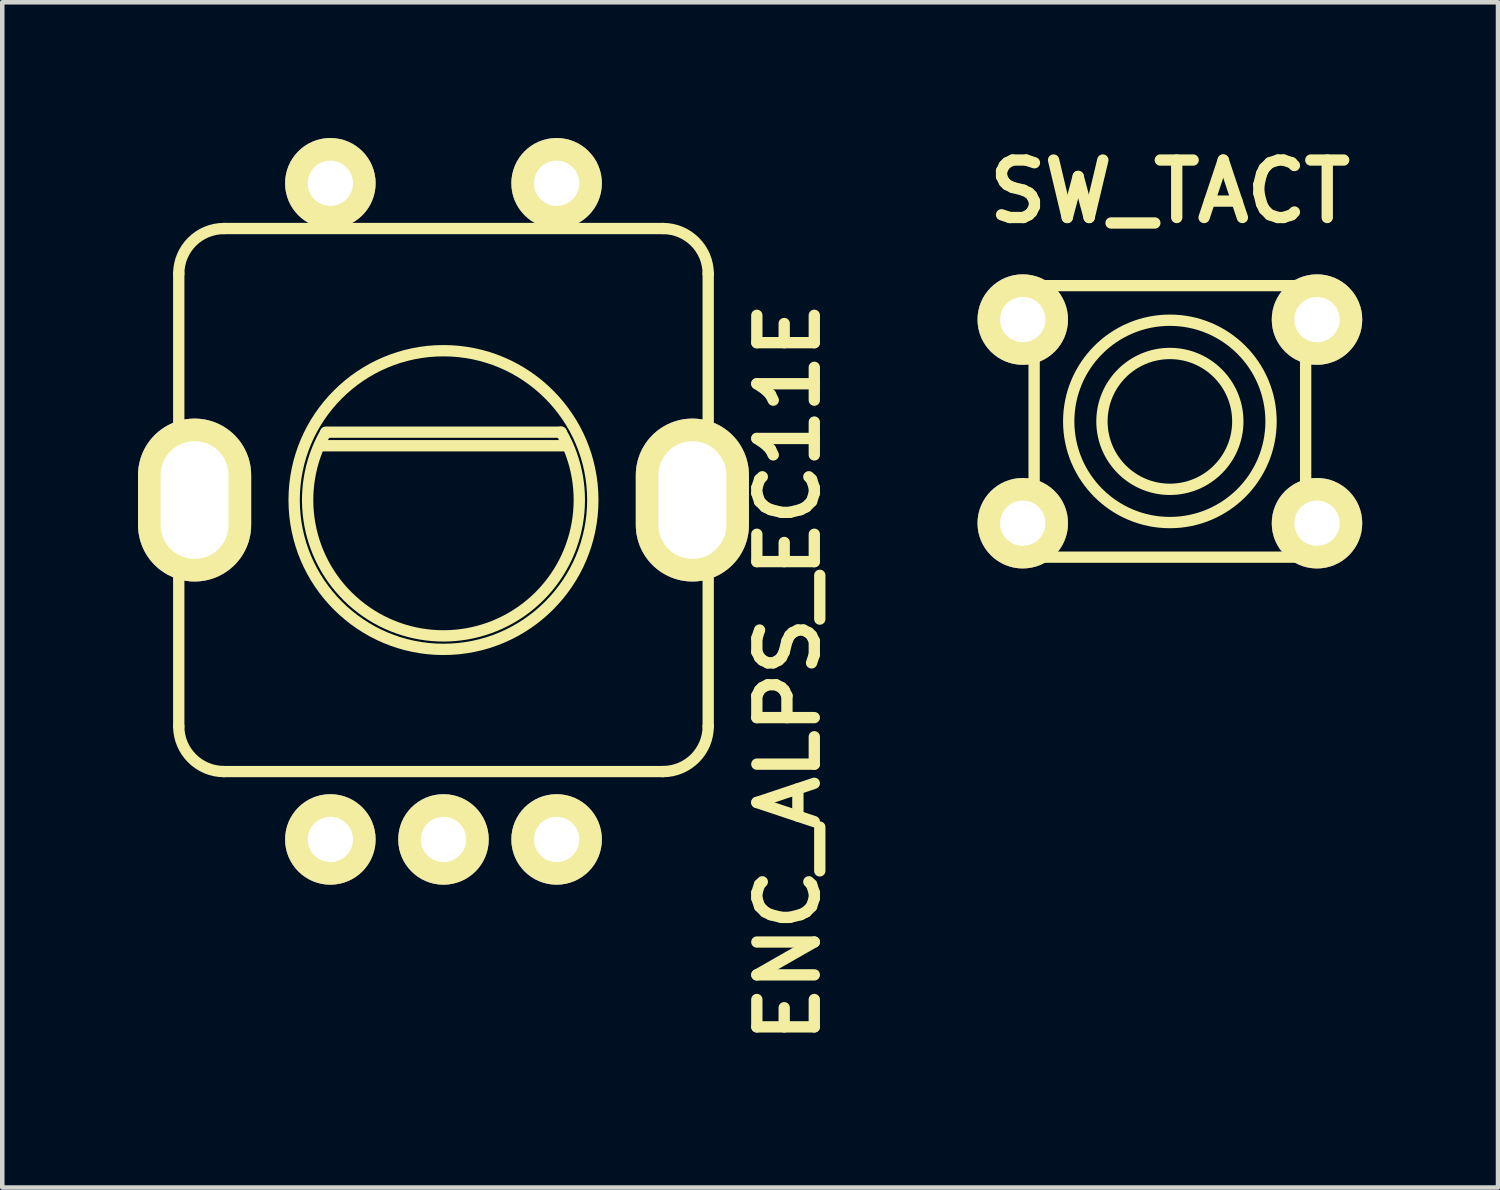
<source format=kicad_pcb>
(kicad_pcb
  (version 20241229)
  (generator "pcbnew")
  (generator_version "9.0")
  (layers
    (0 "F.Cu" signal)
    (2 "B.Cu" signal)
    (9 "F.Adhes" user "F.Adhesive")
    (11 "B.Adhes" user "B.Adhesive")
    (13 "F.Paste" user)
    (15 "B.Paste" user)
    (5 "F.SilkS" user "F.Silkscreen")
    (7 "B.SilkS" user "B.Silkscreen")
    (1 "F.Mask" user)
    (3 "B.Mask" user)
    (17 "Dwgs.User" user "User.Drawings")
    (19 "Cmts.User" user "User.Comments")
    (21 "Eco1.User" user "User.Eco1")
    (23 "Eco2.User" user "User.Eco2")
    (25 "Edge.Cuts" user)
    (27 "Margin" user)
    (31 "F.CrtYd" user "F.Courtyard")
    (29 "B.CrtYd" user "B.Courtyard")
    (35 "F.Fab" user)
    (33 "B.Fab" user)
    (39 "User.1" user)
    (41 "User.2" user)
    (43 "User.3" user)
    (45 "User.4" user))
  (footprint "ENC_ALPS_EC11E"
    (layer "F.Cu")
    (at 6.75 8)
    (property "Reference" "ENC_ALPS_EC11E" (at 7.62 3.81 90) (layer "F.SilkS") (effects (font (size 1.27 1.27) (thickness 0.25))))
    (attr through_hole)
    (fp_line (start -5.85 -5) (end -5.85 5) (stroke (width 0.25) (type solid)) (layer "F.SilkS"))
    (fp_line (start -4.85 6) (end 4.85 6) (stroke (width 0.25) (type solid)) (layer "F.SilkS"))
    (fp_line (start -2.7 -1.2) (end 2.7 -1.2) (stroke (width 0.25) (type solid)) (layer "F.SilkS"))
    (fp_line (start 2.6 -1.5) (end -2.6 -1.5) (stroke (width 0.25) (type solid)) (layer "F.SilkS"))
    (fp_line (start 4.85 -6) (end -4.85 -6) (stroke (width 0.25) (type solid)) (layer "F.SilkS"))
    (fp_line (start 5.85 -5) (end 5.85 5) (stroke (width 0.25) (type solid)) (layer "F.SilkS"))
    (fp_arc (start -5.85 -5) (mid -5.557723 -5.70649) (end -4.851745 -5.999998) (stroke (width 0.25) (type solid)) (layer "F.SilkS"))
    (fp_arc (start -4.85 6) (mid -5.55649 5.707723) (end -5.849998 5.001745) (stroke (width 0.25) (type solid)) (layer "F.SilkS"))
    (fp_arc (start 2.6 -1.5) (mid 0.012135 3.001642) (end -2.612043 -1.478928) (stroke (width 0.25) (type solid)) (layer "F.SilkS"))
    (fp_arc (start 4.851745 -5.999998) (mid 5.557723 -5.706489) (end 5.85 -5) (stroke (width 0.25) (type solid)) (layer "F.SilkS"))
    (fp_arc (start 5.849998 5.001745) (mid 5.556489 5.707723) (end 4.85 6) (stroke (width 0.25) (type solid)) (layer "F.SilkS"))
    (fp_circle (center 0 0) (end 3.3 0) (stroke (width 0.25) (type solid)) (fill no) (layer "F.SilkS"))
    (pad "1" thru_hole circle (at -2.5 7.5) (size 2 2) (drill 1) (layers "*.Cu" "*.Mask" "F.SilkS"))
    (pad "2" thru_hole circle (at 0 7.5) (size 2 2) (drill 1) (layers "*.Cu" "*.Mask" "F.SilkS"))
    (pad "3" thru_hole circle (at 2.5 7.5) (size 2 2) (drill 1) (layers "*.Cu" "*.Mask" "F.SilkS"))
    (pad "4" thru_hole circle (at 2.5 -7) (size 2 2) (drill 1) (layers "*.Cu" "*.Mask" "F.SilkS"))
    (pad "5" thru_hole circle (at -2.5 -7) (size 2 2) (drill 1) (layers "*.Cu" "*.Mask" "F.SilkS"))
    (pad "T" thru_hole oval (at -5.5 0) (size 2.5 3.6) (drill oval 1.5 2.6) (layers "*.Cu" "*.Mask" "F.SilkS"))
    (pad "T" thru_hole oval (at 5.5 0) (size 2.5 3.6) (drill oval 1.5 2.6) (layers "*.Cu" "*.Mask" "F.SilkS")))
  (footprint "SW_TACT"
    (layer "F.Cu")
    (at 22.802 6.262)
    (property "Reference" "SW_TACT" (at 0 -5.08 0) (layer "F.SilkS") (effects (font (size 1.27 1.27) (thickness 0.25))))
    (attr through_hole)
    (fp_line (start -3 3) (end -3 -3) (stroke (width 0.25) (type solid)) (layer "F.SilkS"))
    (fp_line (start -3 3) (end 3 3) (stroke (width 0.25) (type solid)) (layer "F.SilkS"))
    (fp_line (start 3 -3) (end -3 -3) (stroke (width 0.25) (type solid)) (layer "F.SilkS"))
    (fp_line (start 3 3) (end 3 -3) (stroke (width 0.25) (type solid)) (layer "F.SilkS"))
    (fp_circle (center 0 0) (end 1.001 1.999) (stroke (width 0.25) (type solid)) (fill no) (layer "F.SilkS"))
    (fp_circle (center 0 0) (end 1.501 0) (stroke (width 0.25) (type solid)) (fill no) (layer "F.SilkS"))
    (pad "1" thru_hole circle (at -3.251 -2.25) (size 1.999 1.999) (drill 1.001) (layers "*.Cu" "*.Mask" "F.SilkS"))
    (pad "2" thru_hole circle (at -3.251 2.25) (size 1.999 1.999) (drill 1.001) (layers "*.Cu" "*.Mask" "F.SilkS"))
    (pad "3" thru_hole circle (at 3.251 2.25) (size 1.999 1.999) (drill 1.001) (layers "*.Cu" "*.Mask" "F.SilkS"))
    (pad "4" thru_hole circle (at 3.251 -2.25) (size 1.999 1.999) (drill 1.001) (layers "*.Cu" "*.Mask" "F.SilkS")))
  (gr_rect
    (start -3 -3)
    (end 30.053 23.192)
    (stroke (width 0.1) (type default))
    (fill no)
    (layer "Edge.Cuts")))
</source>
